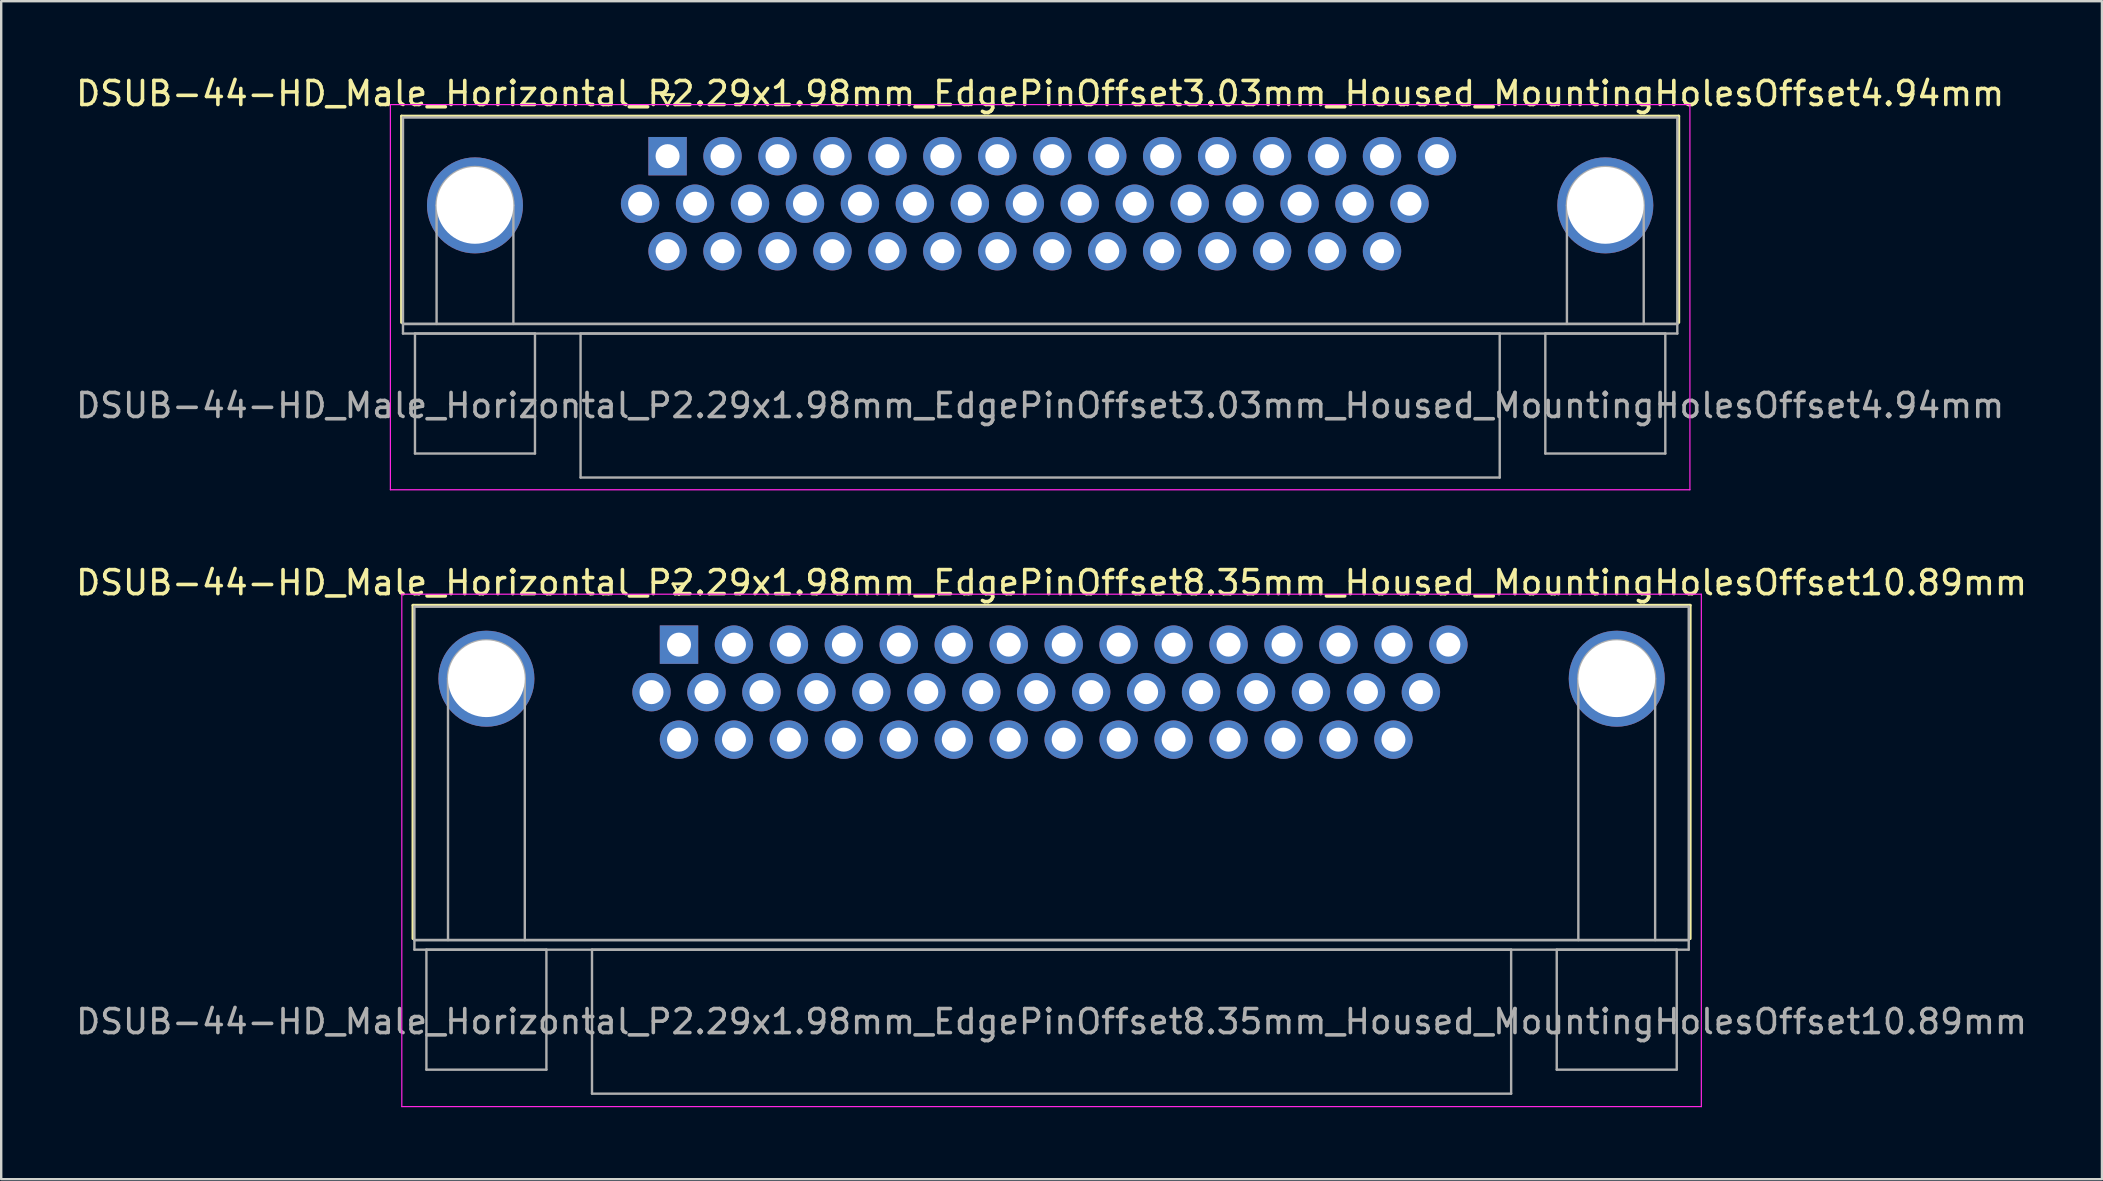
<source format=kicad_pcb>
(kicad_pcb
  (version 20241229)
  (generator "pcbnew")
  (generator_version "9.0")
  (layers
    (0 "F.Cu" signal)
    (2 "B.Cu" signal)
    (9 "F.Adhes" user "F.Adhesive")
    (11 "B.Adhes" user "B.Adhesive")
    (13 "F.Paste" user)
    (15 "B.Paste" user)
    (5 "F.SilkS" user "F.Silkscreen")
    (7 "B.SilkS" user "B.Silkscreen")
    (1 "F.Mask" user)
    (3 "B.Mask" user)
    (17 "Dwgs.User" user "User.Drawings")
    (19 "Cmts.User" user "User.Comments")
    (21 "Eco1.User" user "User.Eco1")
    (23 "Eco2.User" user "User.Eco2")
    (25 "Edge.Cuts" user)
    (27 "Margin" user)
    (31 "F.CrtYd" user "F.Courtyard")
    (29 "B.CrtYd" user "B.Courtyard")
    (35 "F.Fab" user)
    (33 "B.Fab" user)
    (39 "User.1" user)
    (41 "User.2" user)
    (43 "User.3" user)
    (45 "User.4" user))
  (footprint "DSUB-44-HD_Male_Horizontal_P2.29x1.98mm_EdgePinOffset3.03mm_Housed_MountingHolesOffset4.94mm"
    (layer "F.Cu")
    (at 24.767 3.458)
    (property "Reference" "DSUB-44-HD_Male_Horizontal_P2.29x1.98mm_EdgePinOffset3.03mm_Housed_MountingHolesOffset4.94mm" (at 15.525 -2.61 0) (layer "F.SilkS") (effects (font (size 1 1) (thickness 0.15))))
    (attr through_hole)
    (fp_line (start -11.085 -1.67) (end 42.135 -1.67) (stroke (width 0.12) (type solid)) (layer "F.SilkS"))
    (fp_line (start -11.085 6.93) (end -11.085 -1.67) (stroke (width 0.12) (type solid)) (layer "F.SilkS"))
    (fp_line (start -0.25 -2.564) (end 0.25 -2.564) (stroke (width 0.12) (type solid)) (layer "F.SilkS"))
    (fp_line (start 0 -2.131) (end -0.25 -2.564) (stroke (width 0.12) (type solid)) (layer "F.SilkS"))
    (fp_line (start 0.25 -2.564) (end 0 -2.131) (stroke (width 0.12) (type solid)) (layer "F.SilkS"))
    (fp_line (start 42.135 -1.67) (end 42.135 6.93) (stroke (width 0.12) (type solid)) (layer "F.SilkS"))
    (fp_line (start -11.55 -2.15) (end -11.55 13.9) (stroke (width 0.05) (type solid)) (layer "F.CrtYd"))
    (fp_line (start -11.55 13.9) (end 42.6 13.9) (stroke (width 0.05) (type solid)) (layer "F.CrtYd"))
    (fp_line (start 42.6 -2.15) (end -11.55 -2.15) (stroke (width 0.05) (type solid)) (layer "F.CrtYd"))
    (fp_line (start 42.6 13.9) (end 42.6 -2.15) (stroke (width 0.05) (type solid)) (layer "F.CrtYd"))
    (fp_line (start -11.025 -1.61) (end -11.025 6.99) (stroke (width 0.1) (type solid)) (layer "F.Fab"))
    (fp_line (start -11.025 6.99) (end -11.025 7.39) (stroke (width 0.1) (type solid)) (layer "F.Fab"))
    (fp_line (start -11.025 6.99) (end 42.075 6.99) (stroke (width 0.1) (type solid)) (layer "F.Fab"))
    (fp_line (start -11.025 7.39) (end 42.075 7.39) (stroke (width 0.1) (type solid)) (layer "F.Fab"))
    (fp_line (start -10.525 7.39) (end -10.525 12.39) (stroke (width 0.1) (type solid)) (layer "F.Fab"))
    (fp_line (start -10.525 12.39) (end -5.525 12.39) (stroke (width 0.1) (type solid)) (layer "F.Fab"))
    (fp_line (start -9.625 6.99) (end -9.625 2.05) (stroke (width 0.1) (type solid)) (layer "F.Fab"))
    (fp_line (start -6.425 6.99) (end -6.425 2.05) (stroke (width 0.1) (type solid)) (layer "F.Fab"))
    (fp_line (start -5.525 7.39) (end -10.525 7.39) (stroke (width 0.1) (type solid)) (layer "F.Fab"))
    (fp_line (start -5.525 12.39) (end -5.525 7.39) (stroke (width 0.1) (type solid)) (layer "F.Fab"))
    (fp_line (start -3.625 7.39) (end -3.625 13.39) (stroke (width 0.1) (type solid)) (layer "F.Fab"))
    (fp_line (start -3.625 13.39) (end 34.675 13.39) (stroke (width 0.1) (type solid)) (layer "F.Fab"))
    (fp_line (start 34.675 7.39) (end -3.625 7.39) (stroke (width 0.1) (type solid)) (layer "F.Fab"))
    (fp_line (start 34.675 13.39) (end 34.675 7.39) (stroke (width 0.1) (type solid)) (layer "F.Fab"))
    (fp_line (start 36.575 7.39) (end 36.575 12.39) (stroke (width 0.1) (type solid)) (layer "F.Fab"))
    (fp_line (start 36.575 12.39) (end 41.575 12.39) (stroke (width 0.1) (type solid)) (layer "F.Fab"))
    (fp_line (start 37.475 6.99) (end 37.475 2.05) (stroke (width 0.1) (type solid)) (layer "F.Fab"))
    (fp_line (start 40.675 6.99) (end 40.675 2.05) (stroke (width 0.1) (type solid)) (layer "F.Fab"))
    (fp_line (start 41.575 7.39) (end 36.575 7.39) (stroke (width 0.1) (type solid)) (layer "F.Fab"))
    (fp_line (start 41.575 12.39) (end 41.575 7.39) (stroke (width 0.1) (type solid)) (layer "F.Fab"))
    (fp_line (start 42.075 -1.61) (end -11.025 -1.61) (stroke (width 0.1) (type solid)) (layer "F.Fab"))
    (fp_line (start 42.075 6.99) (end -11.025 6.99) (stroke (width 0.1) (type solid)) (layer "F.Fab"))
    (fp_line (start 42.075 6.99) (end 42.075 -1.61) (stroke (width 0.1) (type solid)) (layer "F.Fab"))
    (fp_line (start 42.075 7.39) (end 42.075 6.99) (stroke (width 0.1) (type solid)) (layer "F.Fab"))
    (fp_arc (start -9.625 2.05) (mid -8.025 0.45) (end -6.425 2.05) (stroke (width 0.1) (type solid)) (layer "F.Fab"))
    (fp_arc (start 37.475 2.05) (mid 39.075 0.45) (end 40.675 2.05) (stroke (width 0.1) (type solid)) (layer "F.Fab"))
    (fp_text user "${REFERENCE}" (at 15.525 10.39 0) (layer "F.Fab") (effects (font (size 1 1) (thickness 0.15))))
    (pad "0" thru_hole circle (at -8.025 2.05) (size 4 4) (drill 3.2) (layers "*.Cu" "*.Mask"))
    (pad "0" thru_hole circle (at 39.075 2.05) (size 4 4) (drill 3.2) (layers "*.Cu" "*.Mask"))
    (pad "1" thru_hole rect (at 0 0) (size 1.6 1.6) (drill 1) (layers "*.Cu" "*.Mask"))
    (pad "2" thru_hole circle (at 2.29 0) (size 1.6 1.6) (drill 1) (layers "*.Cu" "*.Mask"))
    (pad "3" thru_hole circle (at 4.58 0) (size 1.6 1.6) (drill 1) (layers "*.Cu" "*.Mask"))
    (pad "4" thru_hole circle (at 6.87 0) (size 1.6 1.6) (drill 1) (layers "*.Cu" "*.Mask"))
    (pad "5" thru_hole circle (at 9.16 0) (size 1.6 1.6) (drill 1) (layers "*.Cu" "*.Mask"))
    (pad "6" thru_hole circle (at 11.45 0) (size 1.6 1.6) (drill 1) (layers "*.Cu" "*.Mask"))
    (pad "7" thru_hole circle (at 13.74 0) (size 1.6 1.6) (drill 1) (layers "*.Cu" "*.Mask"))
    (pad "8" thru_hole circle (at 16.03 0) (size 1.6 1.6) (drill 1) (layers "*.Cu" "*.Mask"))
    (pad "9" thru_hole circle (at 18.32 0) (size 1.6 1.6) (drill 1) (layers "*.Cu" "*.Mask"))
    (pad "10" thru_hole circle (at 20.61 0) (size 1.6 1.6) (drill 1) (layers "*.Cu" "*.Mask"))
    (pad "11" thru_hole circle (at 22.9 0) (size 1.6 1.6) (drill 1) (layers "*.Cu" "*.Mask"))
    (pad "12" thru_hole circle (at 25.19 0) (size 1.6 1.6) (drill 1) (layers "*.Cu" "*.Mask"))
    (pad "13" thru_hole circle (at 27.48 0) (size 1.6 1.6) (drill 1) (layers "*.Cu" "*.Mask"))
    (pad "14" thru_hole circle (at 29.77 0) (size 1.6 1.6) (drill 1) (layers "*.Cu" "*.Mask"))
    (pad "15" thru_hole circle (at 32.06 0) (size 1.6 1.6) (drill 1) (layers "*.Cu" "*.Mask"))
    (pad "16" thru_hole circle (at -1.145 1.98) (size 1.6 1.6) (drill 1) (layers "*.Cu" "*.Mask"))
    (pad "17" thru_hole circle (at 1.145 1.98) (size 1.6 1.6) (drill 1) (layers "*.Cu" "*.Mask"))
    (pad "18" thru_hole circle (at 3.435 1.98) (size 1.6 1.6) (drill 1) (layers "*.Cu" "*.Mask"))
    (pad "19" thru_hole circle (at 5.725 1.98) (size 1.6 1.6) (drill 1) (layers "*.Cu" "*.Mask"))
    (pad "20" thru_hole circle (at 8.015 1.98) (size 1.6 1.6) (drill 1) (layers "*.Cu" "*.Mask"))
    (pad "21" thru_hole circle (at 10.305 1.98) (size 1.6 1.6) (drill 1) (layers "*.Cu" "*.Mask"))
    (pad "22" thru_hole circle (at 12.595 1.98) (size 1.6 1.6) (drill 1) (layers "*.Cu" "*.Mask"))
    (pad "23" thru_hole circle (at 14.885 1.98) (size 1.6 1.6) (drill 1) (layers "*.Cu" "*.Mask"))
    (pad "24" thru_hole circle (at 17.175 1.98) (size 1.6 1.6) (drill 1) (layers "*.Cu" "*.Mask"))
    (pad "25" thru_hole circle (at 19.465 1.98) (size 1.6 1.6) (drill 1) (layers "*.Cu" "*.Mask"))
    (pad "26" thru_hole circle (at 21.755 1.98) (size 1.6 1.6) (drill 1) (layers "*.Cu" "*.Mask"))
    (pad "27" thru_hole circle (at 24.045 1.98) (size 1.6 1.6) (drill 1) (layers "*.Cu" "*.Mask"))
    (pad "28" thru_hole circle (at 26.335 1.98) (size 1.6 1.6) (drill 1) (layers "*.Cu" "*.Mask"))
    (pad "29" thru_hole circle (at 28.625 1.98) (size 1.6 1.6) (drill 1) (layers "*.Cu" "*.Mask"))
    (pad "30" thru_hole circle (at 30.915 1.98) (size 1.6 1.6) (drill 1) (layers "*.Cu" "*.Mask"))
    (pad "31" thru_hole circle (at 0 3.96) (size 1.6 1.6) (drill 1) (layers "*.Cu" "*.Mask"))
    (pad "32" thru_hole circle (at 2.29 3.96) (size 1.6 1.6) (drill 1) (layers "*.Cu" "*.Mask"))
    (pad "33" thru_hole circle (at 4.58 3.96) (size 1.6 1.6) (drill 1) (layers "*.Cu" "*.Mask"))
    (pad "34" thru_hole circle (at 6.87 3.96) (size 1.6 1.6) (drill 1) (layers "*.Cu" "*.Mask"))
    (pad "35" thru_hole circle (at 9.16 3.96) (size 1.6 1.6) (drill 1) (layers "*.Cu" "*.Mask"))
    (pad "36" thru_hole circle (at 11.45 3.96) (size 1.6 1.6) (drill 1) (layers "*.Cu" "*.Mask"))
    (pad "37" thru_hole circle (at 13.74 3.96) (size 1.6 1.6) (drill 1) (layers "*.Cu" "*.Mask"))
    (pad "38" thru_hole circle (at 16.03 3.96) (size 1.6 1.6) (drill 1) (layers "*.Cu" "*.Mask"))
    (pad "39" thru_hole circle (at 18.32 3.96) (size 1.6 1.6) (drill 1) (layers "*.Cu" "*.Mask"))
    (pad "40" thru_hole circle (at 20.61 3.96) (size 1.6 1.6) (drill 1) (layers "*.Cu" "*.Mask"))
    (pad "41" thru_hole circle (at 22.9 3.96) (size 1.6 1.6) (drill 1) (layers "*.Cu" "*.Mask"))
    (pad "42" thru_hole circle (at 25.19 3.96) (size 1.6 1.6) (drill 1) (layers "*.Cu" "*.Mask"))
    (pad "43" thru_hole circle (at 27.48 3.96) (size 1.6 1.6) (drill 1) (layers "*.Cu" "*.Mask"))
    (pad "44" thru_hole circle (at 29.77 3.96) (size 1.6 1.6) (drill 1) (layers "*.Cu" "*.Mask")))
  (footprint "DSUB-44-HD_Male_Horizontal_P2.29x1.98mm_EdgePinOffset8.35mm_Housed_MountingHolesOffset10.89mm"
    (layer "F.Cu")
    (at 25.243 23.811)
    (property "Reference" "DSUB-44-HD_Male_Horizontal_P2.29x1.98mm_EdgePinOffset8.35mm_Housed_MountingHolesOffset10.89mm" (at 15.525 -2.58 0) (layer "F.SilkS") (effects (font (size 1 1) (thickness 0.15))))
    (attr through_hole)
    (fp_line (start -11.085 -1.64) (end 42.135 -1.64) (stroke (width 0.12) (type solid)) (layer "F.SilkS"))
    (fp_line (start -11.085 12.25) (end -11.085 -1.64) (stroke (width 0.12) (type solid)) (layer "F.SilkS"))
    (fp_line (start -0.25 -2.534) (end 0.25 -2.534) (stroke (width 0.12) (type solid)) (layer "F.SilkS"))
    (fp_line (start 0 -2.101) (end -0.25 -2.534) (stroke (width 0.12) (type solid)) (layer "F.SilkS"))
    (fp_line (start 0.25 -2.534) (end 0 -2.101) (stroke (width 0.12) (type solid)) (layer "F.SilkS"))
    (fp_line (start 42.135 -1.64) (end 42.135 12.25) (stroke (width 0.12) (type solid)) (layer "F.SilkS"))
    (fp_line (start -11.55 -2.1) (end -11.55 19.25) (stroke (width 0.05) (type solid)) (layer "F.CrtYd"))
    (fp_line (start -11.55 19.25) (end 42.6 19.25) (stroke (width 0.05) (type solid)) (layer "F.CrtYd"))
    (fp_line (start 42.6 -2.1) (end -11.55 -2.1) (stroke (width 0.05) (type solid)) (layer "F.CrtYd"))
    (fp_line (start 42.6 19.25) (end 42.6 -2.1) (stroke (width 0.05) (type solid)) (layer "F.CrtYd"))
    (fp_line (start -11.025 -1.58) (end -11.025 12.31) (stroke (width 0.1) (type solid)) (layer "F.Fab"))
    (fp_line (start -11.025 12.31) (end -11.025 12.71) (stroke (width 0.1) (type solid)) (layer "F.Fab"))
    (fp_line (start -11.025 12.31) (end 42.075 12.31) (stroke (width 0.1) (type solid)) (layer "F.Fab"))
    (fp_line (start -11.025 12.71) (end 42.075 12.71) (stroke (width 0.1) (type solid)) (layer "F.Fab"))
    (fp_line (start -10.525 12.71) (end -10.525 17.71) (stroke (width 0.1) (type solid)) (layer "F.Fab"))
    (fp_line (start -10.525 17.71) (end -5.525 17.71) (stroke (width 0.1) (type solid)) (layer "F.Fab"))
    (fp_line (start -9.625 12.31) (end -9.625 1.42) (stroke (width 0.1) (type solid)) (layer "F.Fab"))
    (fp_line (start -6.425 12.31) (end -6.425 1.42) (stroke (width 0.1) (type solid)) (layer "F.Fab"))
    (fp_line (start -5.525 12.71) (end -10.525 12.71) (stroke (width 0.1) (type solid)) (layer "F.Fab"))
    (fp_line (start -5.525 17.71) (end -5.525 12.71) (stroke (width 0.1) (type solid)) (layer "F.Fab"))
    (fp_line (start -3.625 12.71) (end -3.625 18.71) (stroke (width 0.1) (type solid)) (layer "F.Fab"))
    (fp_line (start -3.625 18.71) (end 34.675 18.71) (stroke (width 0.1) (type solid)) (layer "F.Fab"))
    (fp_line (start 34.675 12.71) (end -3.625 12.71) (stroke (width 0.1) (type solid)) (layer "F.Fab"))
    (fp_line (start 34.675 18.71) (end 34.675 12.71) (stroke (width 0.1) (type solid)) (layer "F.Fab"))
    (fp_line (start 36.575 12.71) (end 36.575 17.71) (stroke (width 0.1) (type solid)) (layer "F.Fab"))
    (fp_line (start 36.575 17.71) (end 41.575 17.71) (stroke (width 0.1) (type solid)) (layer "F.Fab"))
    (fp_line (start 37.475 12.31) (end 37.475 1.42) (stroke (width 0.1) (type solid)) (layer "F.Fab"))
    (fp_line (start 40.675 12.31) (end 40.675 1.42) (stroke (width 0.1) (type solid)) (layer "F.Fab"))
    (fp_line (start 41.575 12.71) (end 36.575 12.71) (stroke (width 0.1) (type solid)) (layer "F.Fab"))
    (fp_line (start 41.575 17.71) (end 41.575 12.71) (stroke (width 0.1) (type solid)) (layer "F.Fab"))
    (fp_line (start 42.075 -1.58) (end -11.025 -1.58) (stroke (width 0.1) (type solid)) (layer "F.Fab"))
    (fp_line (start 42.075 12.31) (end -11.025 12.31) (stroke (width 0.1) (type solid)) (layer "F.Fab"))
    (fp_line (start 42.075 12.31) (end 42.075 -1.58) (stroke (width 0.1) (type solid)) (layer "F.Fab"))
    (fp_line (start 42.075 12.71) (end 42.075 12.31) (stroke (width 0.1) (type solid)) (layer "F.Fab"))
    (fp_arc (start -9.625 1.42) (mid -8.025 -0.18) (end -6.425 1.42) (stroke (width 0.1) (type solid)) (layer "F.Fab"))
    (fp_arc (start 37.475 1.42) (mid 39.075 -0.18) (end 40.675 1.42) (stroke (width 0.1) (type solid)) (layer "F.Fab"))
    (fp_text user "${REFERENCE}" (at 15.525 15.71 0) (layer "F.Fab") (effects (font (size 1 1) (thickness 0.15))))
    (pad "0" thru_hole circle (at -8.025 1.42) (size 4 4) (drill 3.2) (layers "*.Cu" "*.Mask"))
    (pad "0" thru_hole circle (at 39.075 1.42) (size 4 4) (drill 3.2) (layers "*.Cu" "*.Mask"))
    (pad "1" thru_hole rect (at 0 0) (size 1.6 1.6) (drill 1) (layers "*.Cu" "*.Mask"))
    (pad "2" thru_hole circle (at 2.29 0) (size 1.6 1.6) (drill 1) (layers "*.Cu" "*.Mask"))
    (pad "3" thru_hole circle (at 4.58 0) (size 1.6 1.6) (drill 1) (layers "*.Cu" "*.Mask"))
    (pad "4" thru_hole circle (at 6.87 0) (size 1.6 1.6) (drill 1) (layers "*.Cu" "*.Mask"))
    (pad "5" thru_hole circle (at 9.16 0) (size 1.6 1.6) (drill 1) (layers "*.Cu" "*.Mask"))
    (pad "6" thru_hole circle (at 11.45 0) (size 1.6 1.6) (drill 1) (layers "*.Cu" "*.Mask"))
    (pad "7" thru_hole circle (at 13.74 0) (size 1.6 1.6) (drill 1) (layers "*.Cu" "*.Mask"))
    (pad "8" thru_hole circle (at 16.03 0) (size 1.6 1.6) (drill 1) (layers "*.Cu" "*.Mask"))
    (pad "9" thru_hole circle (at 18.32 0) (size 1.6 1.6) (drill 1) (layers "*.Cu" "*.Mask"))
    (pad "10" thru_hole circle (at 20.61 0) (size 1.6 1.6) (drill 1) (layers "*.Cu" "*.Mask"))
    (pad "11" thru_hole circle (at 22.9 0) (size 1.6 1.6) (drill 1) (layers "*.Cu" "*.Mask"))
    (pad "12" thru_hole circle (at 25.19 0) (size 1.6 1.6) (drill 1) (layers "*.Cu" "*.Mask"))
    (pad "13" thru_hole circle (at 27.48 0) (size 1.6 1.6) (drill 1) (layers "*.Cu" "*.Mask"))
    (pad "14" thru_hole circle (at 29.77 0) (size 1.6 1.6) (drill 1) (layers "*.Cu" "*.Mask"))
    (pad "15" thru_hole circle (at 32.06 0) (size 1.6 1.6) (drill 1) (layers "*.Cu" "*.Mask"))
    (pad "16" thru_hole circle (at -1.145 1.98) (size 1.6 1.6) (drill 1) (layers "*.Cu" "*.Mask"))
    (pad "17" thru_hole circle (at 1.145 1.98) (size 1.6 1.6) (drill 1) (layers "*.Cu" "*.Mask"))
    (pad "18" thru_hole circle (at 3.435 1.98) (size 1.6 1.6) (drill 1) (layers "*.Cu" "*.Mask"))
    (pad "19" thru_hole circle (at 5.725 1.98) (size 1.6 1.6) (drill 1) (layers "*.Cu" "*.Mask"))
    (pad "20" thru_hole circle (at 8.015 1.98) (size 1.6 1.6) (drill 1) (layers "*.Cu" "*.Mask"))
    (pad "21" thru_hole circle (at 10.305 1.98) (size 1.6 1.6) (drill 1) (layers "*.Cu" "*.Mask"))
    (pad "22" thru_hole circle (at 12.595 1.98) (size 1.6 1.6) (drill 1) (layers "*.Cu" "*.Mask"))
    (pad "23" thru_hole circle (at 14.885 1.98) (size 1.6 1.6) (drill 1) (layers "*.Cu" "*.Mask"))
    (pad "24" thru_hole circle (at 17.175 1.98) (size 1.6 1.6) (drill 1) (layers "*.Cu" "*.Mask"))
    (pad "25" thru_hole circle (at 19.465 1.98) (size 1.6 1.6) (drill 1) (layers "*.Cu" "*.Mask"))
    (pad "26" thru_hole circle (at 21.755 1.98) (size 1.6 1.6) (drill 1) (layers "*.Cu" "*.Mask"))
    (pad "27" thru_hole circle (at 24.045 1.98) (size 1.6 1.6) (drill 1) (layers "*.Cu" "*.Mask"))
    (pad "28" thru_hole circle (at 26.335 1.98) (size 1.6 1.6) (drill 1) (layers "*.Cu" "*.Mask"))
    (pad "29" thru_hole circle (at 28.625 1.98) (size 1.6 1.6) (drill 1) (layers "*.Cu" "*.Mask"))
    (pad "30" thru_hole circle (at 30.915 1.98) (size 1.6 1.6) (drill 1) (layers "*.Cu" "*.Mask"))
    (pad "31" thru_hole circle (at 0 3.96) (size 1.6 1.6) (drill 1) (layers "*.Cu" "*.Mask"))
    (pad "32" thru_hole circle (at 2.29 3.96) (size 1.6 1.6) (drill 1) (layers "*.Cu" "*.Mask"))
    (pad "33" thru_hole circle (at 4.58 3.96) (size 1.6 1.6) (drill 1) (layers "*.Cu" "*.Mask"))
    (pad "34" thru_hole circle (at 6.87 3.96) (size 1.6 1.6) (drill 1) (layers "*.Cu" "*.Mask"))
    (pad "35" thru_hole circle (at 9.16 3.96) (size 1.6 1.6) (drill 1) (layers "*.Cu" "*.Mask"))
    (pad "36" thru_hole circle (at 11.45 3.96) (size 1.6 1.6) (drill 1) (layers "*.Cu" "*.Mask"))
    (pad "37" thru_hole circle (at 13.74 3.96) (size 1.6 1.6) (drill 1) (layers "*.Cu" "*.Mask"))
    (pad "38" thru_hole circle (at 16.03 3.96) (size 1.6 1.6) (drill 1) (layers "*.Cu" "*.Mask"))
    (pad "39" thru_hole circle (at 18.32 3.96) (size 1.6 1.6) (drill 1) (layers "*.Cu" "*.Mask"))
    (pad "40" thru_hole circle (at 20.61 3.96) (size 1.6 1.6) (drill 1) (layers "*.Cu" "*.Mask"))
    (pad "41" thru_hole circle (at 22.9 3.96) (size 1.6 1.6) (drill 1) (layers "*.Cu" "*.Mask"))
    (pad "42" thru_hole circle (at 25.19 3.96) (size 1.6 1.6) (drill 1) (layers "*.Cu" "*.Mask"))
    (pad "43" thru_hole circle (at 27.48 3.96) (size 1.6 1.6) (drill 1) (layers "*.Cu" "*.Mask"))
    (pad "44" thru_hole circle (at 29.77 3.96) (size 1.6 1.6) (drill 1) (layers "*.Cu" "*.Mask")))
  (gr_rect
    (start -3 -3)
    (end 84.536 46.087)
    (stroke (width 0.1) (type default))
    (fill no)
    (layer "Edge.Cuts")))
</source>
